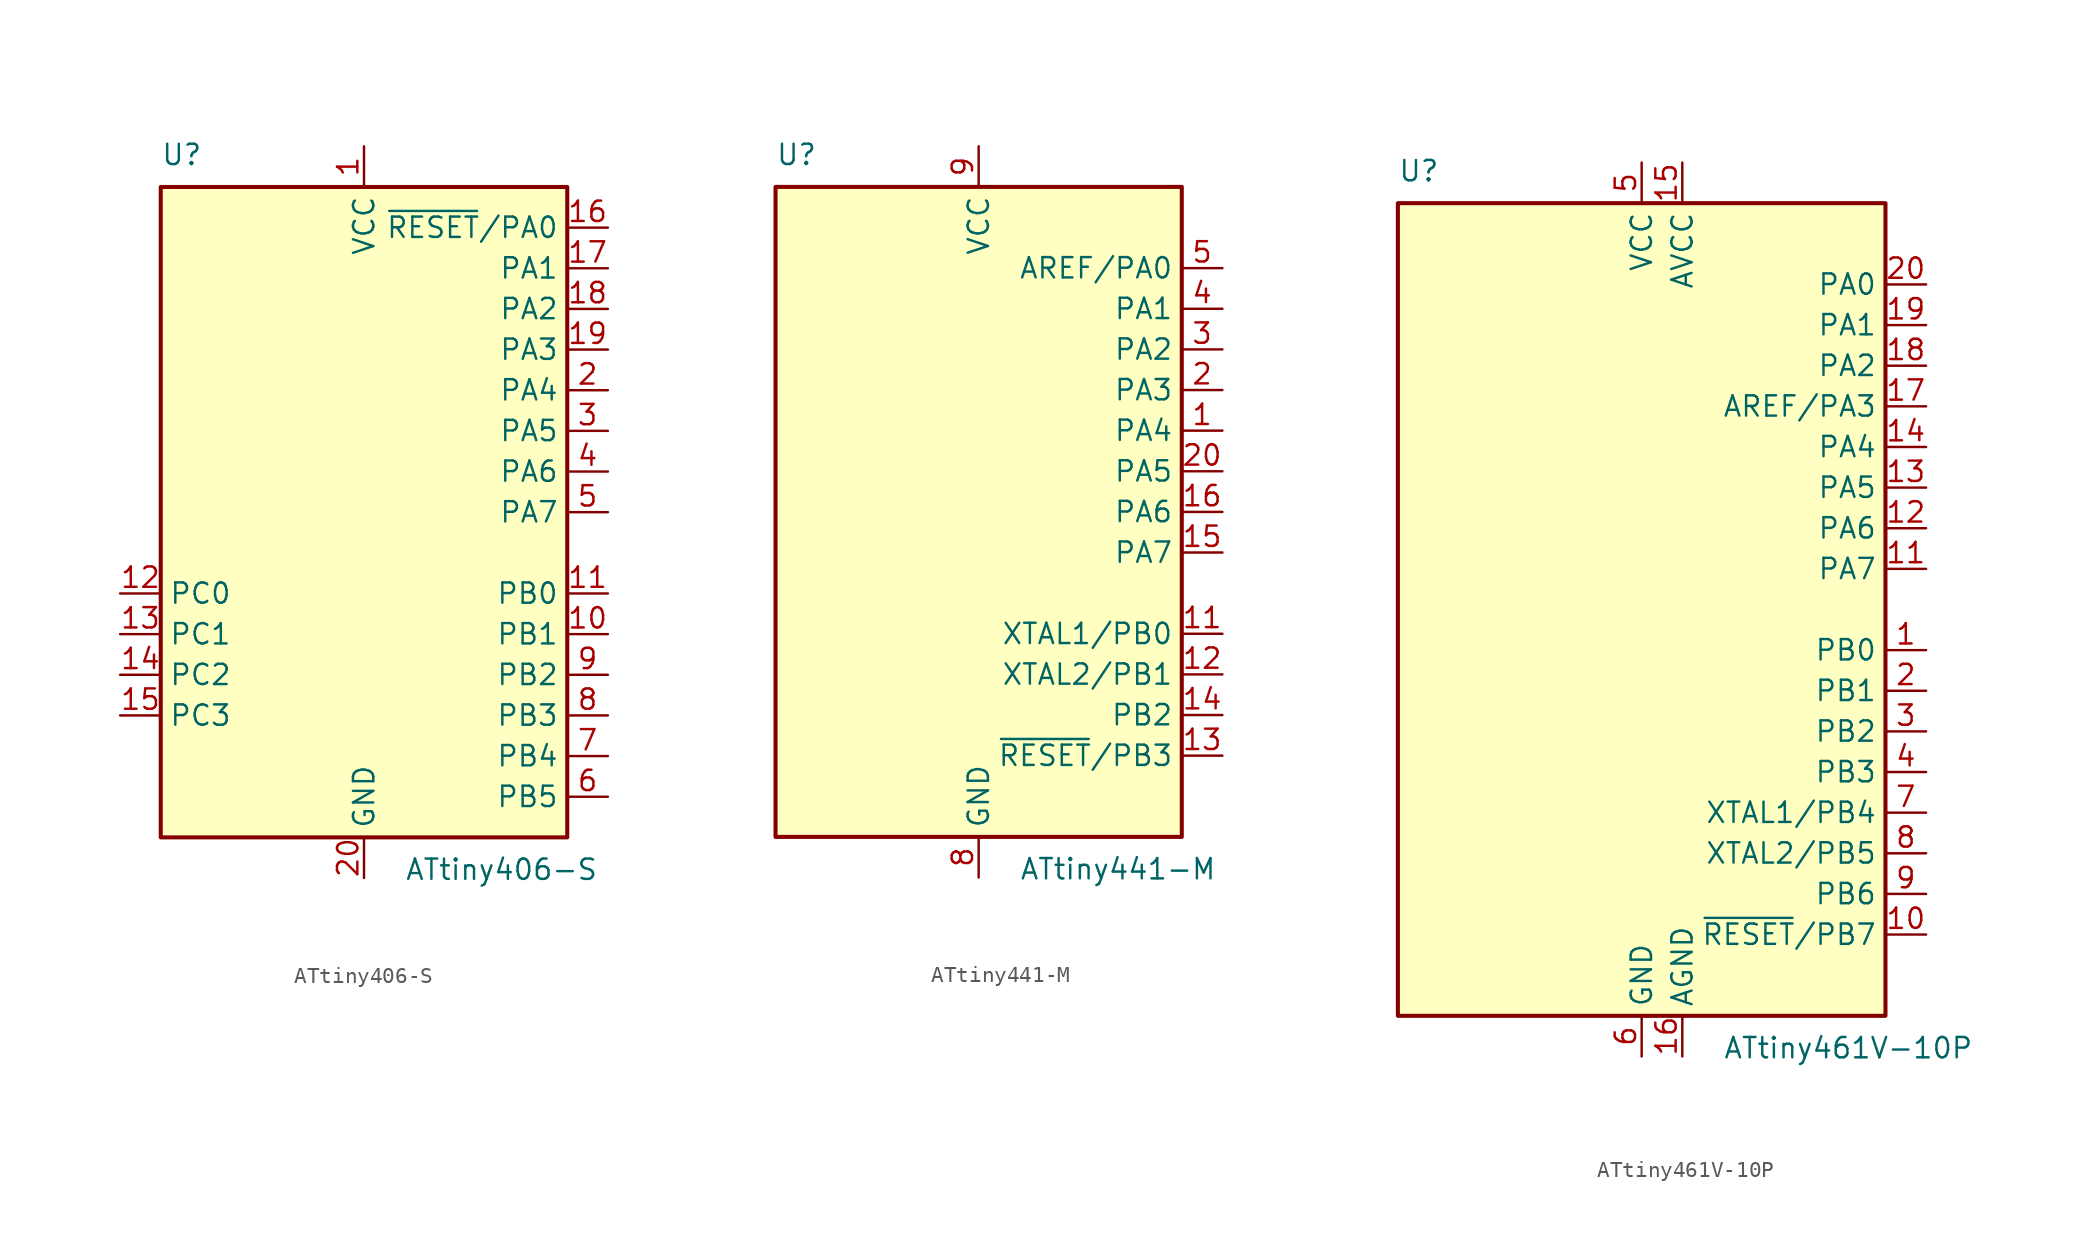
<source format=kicad_sym>
(kicad_symbol_lib
  (version 20220914)
  (generator kicad_symbol_editor)
  (symbol "ATtiny406-S"
    (property "Reference" "U"
      (at -12.7 21.59 0)
      (effects (font (size 1.27 1.27)) (justify left bottom)))
    (property "Value" "ATtiny406-S"
      (at 2.54 -21.59 0)
      (effects (font (size 1.27 1.27)) (justify left top)))
    (symbol "ATtiny406-S_0_1"
      (rectangle (start -12.7 -20.32) (end 12.7 20.32) (stroke (width 0.254) (type default)) (fill (type background))))
    (symbol "ATtiny406-S_1_1"
      (pin power_in line (at 0 22.86 270) (length 2.54) (name "VCC" (effects (font (size 1.27 1.27)))) (number "1" (effects (font (size 1.27 1.27)))))
      (pin bidirectional line (at 15.24 -7.62 180) (length 2.54) (name "PB1" (effects (font (size 1.27 1.27)))) (number "10" (effects (font (size 1.27 1.27)))))
      (pin bidirectional line (at 15.24 -5.08 180) (length 2.54) (name "PB0" (effects (font (size 1.27 1.27)))) (number "11" (effects (font (size 1.27 1.27)))))
      (pin bidirectional line (at -15.24 -5.08 0) (length 2.54) (name "PC0" (effects (font (size 1.27 1.27)))) (number "12" (effects (font (size 1.27 1.27)))))
      (pin bidirectional line (at -15.24 -7.62 0) (length 2.54) (name "PC1" (effects (font (size 1.27 1.27)))) (number "13" (effects (font (size 1.27 1.27)))))
      (pin bidirectional line (at -15.24 -10.16 0) (length 2.54) (name "PC2" (effects (font (size 1.27 1.27)))) (number "14" (effects (font (size 1.27 1.27)))))
      (pin bidirectional line (at -15.24 -12.7 0) (length 2.54) (name "PC3" (effects (font (size 1.27 1.27)))) (number "15" (effects (font (size 1.27 1.27)))))
      (pin bidirectional line (at 15.24 17.78 180) (length 2.54) (name "~{RESET}/PA0" (effects (font (size 1.27 1.27)))) (number "16" (effects (font (size 1.27 1.27)))))
      (pin bidirectional line (at 15.24 15.24 180) (length 2.54) (name "PA1" (effects (font (size 1.27 1.27)))) (number "17" (effects (font (size 1.27 1.27)))))
      (pin bidirectional line (at 15.24 12.7 180) (length 2.54) (name "PA2" (effects (font (size 1.27 1.27)))) (number "18" (effects (font (size 1.27 1.27)))))
      (pin bidirectional line (at 15.24 10.16 180) (length 2.54) (name "PA3" (effects (font (size 1.27 1.27)))) (number "19" (effects (font (size 1.27 1.27)))))
      (pin bidirectional line (at 15.24 7.62 180) (length 2.54) (name "PA4" (effects (font (size 1.27 1.27)))) (number "2" (effects (font (size 1.27 1.27)))))
      (pin power_in line (at 0 -22.86 90) (length 2.54) (name "GND" (effects (font (size 1.27 1.27)))) (number "20" (effects (font (size 1.27 1.27)))))
      (pin bidirectional line (at 15.24 5.08 180) (length 2.54) (name "PA5" (effects (font (size 1.27 1.27)))) (number "3" (effects (font (size 1.27 1.27)))))
      (pin bidirectional line (at 15.24 2.54 180) (length 2.54) (name "PA6" (effects (font (size 1.27 1.27)))) (number "4" (effects (font (size 1.27 1.27)))))
      (pin bidirectional line (at 15.24 0 180) (length 2.54) (name "PA7" (effects (font (size 1.27 1.27)))) (number "5" (effects (font (size 1.27 1.27)))))
      (pin bidirectional line (at 15.24 -17.78 180) (length 2.54) (name "PB5" (effects (font (size 1.27 1.27)))) (number "6" (effects (font (size 1.27 1.27)))))
      (pin bidirectional line (at 15.24 -15.24 180) (length 2.54) (name "PB4" (effects (font (size 1.27 1.27)))) (number "7" (effects (font (size 1.27 1.27)))))
      (pin bidirectional line (at 15.24 -12.7 180) (length 2.54) (name "PB3" (effects (font (size 1.27 1.27)))) (number "8" (effects (font (size 1.27 1.27)))))
      (pin bidirectional line (at 15.24 -10.16 180) (length 2.54) (name "PB2" (effects (font (size 1.27 1.27)))) (number "9" (effects (font (size 1.27 1.27)))))))
  (symbol "ATtiny441-M"
    (property "Reference" "U"
      (at -12.7 21.59 0)
      (effects (font (size 1.27 1.27)) (justify left bottom)))
    (property "Value" "ATtiny441-M"
      (at 2.54 -21.59 0)
      (effects (font (size 1.27 1.27)) (justify left top)))
    (symbol "ATtiny441-M_0_1"
      (rectangle (start -12.7 -20.32) (end 12.7 20.32) (stroke (width 0.254) (type default)) (fill (type background))))
    (symbol "ATtiny441-M_1_1"
      (pin bidirectional line (at 15.24 5.08 180) (length 2.54) (name "PA4" (effects (font (size 1.27 1.27)))) (number "1" (effects (font (size 1.27 1.27)))))
      (pin no_connect line (at -12.7 -10.16 0) (length 2.54) hide (name "NC" (effects (font (size 1.27 1.27)))) (number "10" (effects (font (size 1.27 1.27)))))
      (pin bidirectional line (at 15.24 -7.62 180) (length 2.54) (name "XTAL1/PB0" (effects (font (size 1.27 1.27)))) (number "11" (effects (font (size 1.27 1.27)))))
      (pin bidirectional line (at 15.24 -10.16 180) (length 2.54) (name "XTAL2/PB1" (effects (font (size 1.27 1.27)))) (number "12" (effects (font (size 1.27 1.27)))))
      (pin bidirectional line (at 15.24 -15.24 180) (length 2.54) (name "~{RESET}/PB3" (effects (font (size 1.27 1.27)))) (number "13" (effects (font (size 1.27 1.27)))))
      (pin bidirectional line (at 15.24 -12.7 180) (length 2.54) (name "PB2" (effects (font (size 1.27 1.27)))) (number "14" (effects (font (size 1.27 1.27)))))
      (pin bidirectional line (at 15.24 -2.54 180) (length 2.54) (name "PA7" (effects (font (size 1.27 1.27)))) (number "15" (effects (font (size 1.27 1.27)))))
      (pin bidirectional line (at 15.24 0 180) (length 2.54) (name "PA6" (effects (font (size 1.27 1.27)))) (number "16" (effects (font (size 1.27 1.27)))))
      (pin no_connect line (at -12.7 -12.7 0) (length 2.54) hide (name "NC" (effects (font (size 1.27 1.27)))) (number "17" (effects (font (size 1.27 1.27)))))
      (pin no_connect line (at -12.7 -15.24 0) (length 2.54) hide (name "NC" (effects (font (size 1.27 1.27)))) (number "18" (effects (font (size 1.27 1.27)))))
      (pin no_connect line (at -12.7 -17.78 0) (length 2.54) hide (name "NC" (effects (font (size 1.27 1.27)))) (number "19" (effects (font (size 1.27 1.27)))))
      (pin bidirectional line (at 15.24 7.62 180) (length 2.54) (name "PA3" (effects (font (size 1.27 1.27)))) (number "2" (effects (font (size 1.27 1.27)))))
      (pin bidirectional line (at 15.24 2.54 180) (length 2.54) (name "PA5" (effects (font (size 1.27 1.27)))) (number "20" (effects (font (size 1.27 1.27)))))
      (pin passive line (at 0 -22.86 90) (length 2.54) hide (name "GND" (effects (font (size 1.27 1.27)))) (number "21" (effects (font (size 1.27 1.27)))))
      (pin bidirectional line (at 15.24 10.16 180) (length 2.54) (name "PA2" (effects (font (size 1.27 1.27)))) (number "3" (effects (font (size 1.27 1.27)))))
      (pin bidirectional line (at 15.24 12.7 180) (length 2.54) (name "PA1" (effects (font (size 1.27 1.27)))) (number "4" (effects (font (size 1.27 1.27)))))
      (pin bidirectional line (at 15.24 15.24 180) (length 2.54) (name "AREF/PA0" (effects (font (size 1.27 1.27)))) (number "5" (effects (font (size 1.27 1.27)))))
      (pin no_connect line (at -12.7 -5.08 0) (length 2.54) hide (name "NC" (effects (font (size 1.27 1.27)))) (number "6" (effects (font (size 1.27 1.27)))))
      (pin no_connect line (at -12.7 -7.62 0) (length 2.54) hide (name "NC" (effects (font (size 1.27 1.27)))) (number "7" (effects (font (size 1.27 1.27)))))
      (pin power_in line (at 0 -22.86 90) (length 2.54) (name "GND" (effects (font (size 1.27 1.27)))) (number "8" (effects (font (size 1.27 1.27)))))
      (pin power_in line (at 0 22.86 270) (length 2.54) (name "VCC" (effects (font (size 1.27 1.27)))) (number "9" (effects (font (size 1.27 1.27)))))))
  (symbol "ATtiny461V-10P"
    (property "Reference" "U"
      (at -15.24 26.67 0)
      (effects (font (size 1.27 1.27)) (justify left bottom)))
    (property "Value" "ATtiny461V-10P"
      (at 5.08 -26.67 0)
      (effects (font (size 1.27 1.27)) (justify left top)))
    (symbol "ATtiny461V-10P_0_1"
      (rectangle (start -15.24 -25.4) (end 15.24 25.4) (stroke (width 0.254) (type default)) (fill (type background))))
    (symbol "ATtiny461V-10P_1_1"
      (pin bidirectional line (at 17.78 -2.54 180) (length 2.54) (name "PB0" (effects (font (size 1.27 1.27)))) (number "1" (effects (font (size 1.27 1.27)))))
      (pin bidirectional line (at 17.78 -20.32 180) (length 2.54) (name "~{RESET}/PB7" (effects (font (size 1.27 1.27)))) (number "10" (effects (font (size 1.27 1.27)))))
      (pin bidirectional line (at 17.78 2.54 180) (length 2.54) (name "PA7" (effects (font (size 1.27 1.27)))) (number "11" (effects (font (size 1.27 1.27)))))
      (pin bidirectional line (at 17.78 5.08 180) (length 2.54) (name "PA6" (effects (font (size 1.27 1.27)))) (number "12" (effects (font (size 1.27 1.27)))))
      (pin bidirectional line (at 17.78 7.62 180) (length 2.54) (name "PA5" (effects (font (size 1.27 1.27)))) (number "13" (effects (font (size 1.27 1.27)))))
      (pin bidirectional line (at 17.78 10.16 180) (length 2.54) (name "PA4" (effects (font (size 1.27 1.27)))) (number "14" (effects (font (size 1.27 1.27)))))
      (pin power_in line (at 2.54 27.94 270) (length 2.54) (name "AVCC" (effects (font (size 1.27 1.27)))) (number "15" (effects (font (size 1.27 1.27)))))
      (pin power_in line (at 2.54 -27.94 90) (length 2.54) (name "AGND" (effects (font (size 1.27 1.27)))) (number "16" (effects (font (size 1.27 1.27)))))
      (pin bidirectional line (at 17.78 12.7 180) (length 2.54) (name "AREF/PA3" (effects (font (size 1.27 1.27)))) (number "17" (effects (font (size 1.27 1.27)))))
      (pin bidirectional line (at 17.78 15.24 180) (length 2.54) (name "PA2" (effects (font (size 1.27 1.27)))) (number "18" (effects (font (size 1.27 1.27)))))
      (pin bidirectional line (at 17.78 17.78 180) (length 2.54) (name "PA1" (effects (font (size 1.27 1.27)))) (number "19" (effects (font (size 1.27 1.27)))))
      (pin bidirectional line (at 17.78 -5.08 180) (length 2.54) (name "PB1" (effects (font (size 1.27 1.27)))) (number "2" (effects (font (size 1.27 1.27)))))
      (pin bidirectional line (at 17.78 20.32 180) (length 2.54) (name "PA0" (effects (font (size 1.27 1.27)))) (number "20" (effects (font (size 1.27 1.27)))))
      (pin bidirectional line (at 17.78 -7.62 180) (length 2.54) (name "PB2" (effects (font (size 1.27 1.27)))) (number "3" (effects (font (size 1.27 1.27)))))
      (pin bidirectional line (at 17.78 -10.16 180) (length 2.54) (name "PB3" (effects (font (size 1.27 1.27)))) (number "4" (effects (font (size 1.27 1.27)))))
      (pin power_in line (at 0 27.94 270) (length 2.54) (name "VCC" (effects (font (size 1.27 1.27)))) (number "5" (effects (font (size 1.27 1.27)))))
      (pin power_in line (at 0 -27.94 90) (length 2.54) (name "GND" (effects (font (size 1.27 1.27)))) (number "6" (effects (font (size 1.27 1.27)))))
      (pin bidirectional line (at 17.78 -12.7 180) (length 2.54) (name "XTAL1/PB4" (effects (font (size 1.27 1.27)))) (number "7" (effects (font (size 1.27 1.27)))))
      (pin bidirectional line (at 17.78 -15.24 180) (length 2.54) (name "XTAL2/PB5" (effects (font (size 1.27 1.27)))) (number "8" (effects (font (size 1.27 1.27)))))
      (pin bidirectional line (at 17.78 -17.78 180) (length 2.54) (name "PB6" (effects (font (size 1.27 1.27)))) (number "9" (effects (font (size 1.27 1.27))))))))
</source>
